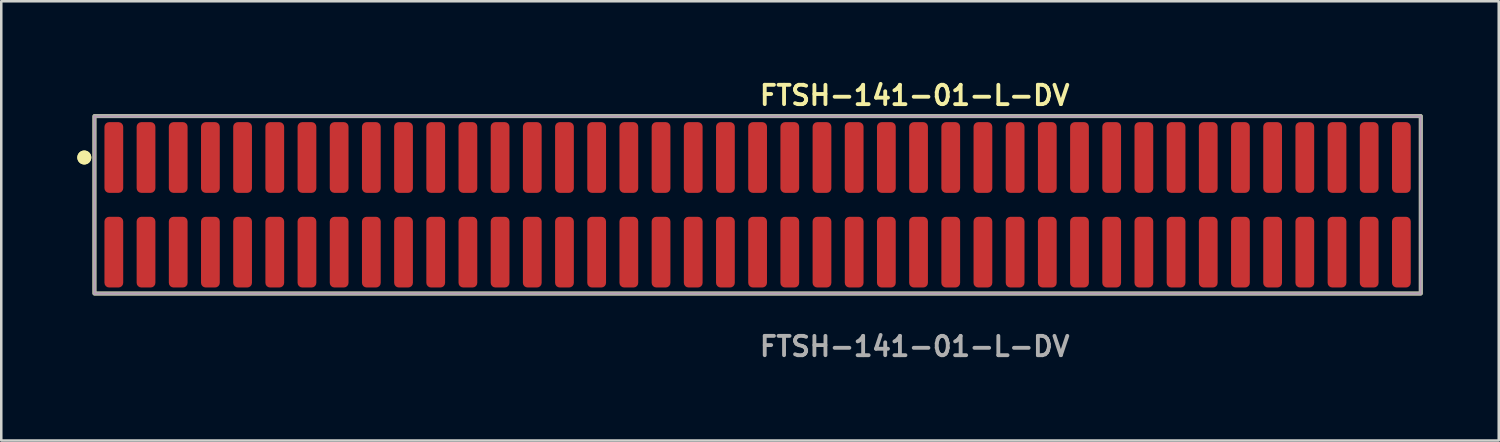
<source format=kicad_pcb>
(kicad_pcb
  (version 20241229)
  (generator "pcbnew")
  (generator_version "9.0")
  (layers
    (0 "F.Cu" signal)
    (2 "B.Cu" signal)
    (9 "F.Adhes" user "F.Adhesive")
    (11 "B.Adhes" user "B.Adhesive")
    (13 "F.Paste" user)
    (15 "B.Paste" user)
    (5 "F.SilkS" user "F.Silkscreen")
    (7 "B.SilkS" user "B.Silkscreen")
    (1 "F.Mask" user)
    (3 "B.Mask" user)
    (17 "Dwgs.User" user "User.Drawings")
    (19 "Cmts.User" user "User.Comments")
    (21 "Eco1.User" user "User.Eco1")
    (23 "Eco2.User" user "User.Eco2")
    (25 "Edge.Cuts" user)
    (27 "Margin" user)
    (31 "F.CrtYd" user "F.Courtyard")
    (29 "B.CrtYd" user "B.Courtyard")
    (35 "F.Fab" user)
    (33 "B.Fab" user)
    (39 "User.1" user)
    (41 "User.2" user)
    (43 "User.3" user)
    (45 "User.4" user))
  (footprint "FTSH-141-01-L-DV"
    (layer "F.Cu")
    (at 26.841 5.031)
    (property "Reference" "FTSH-141-01-L-DV" (at 0 -4.318 0) (unlocked yes) (layer "F.SilkS") (effects (font (size 0.762 0.762) (thickness 0.152)) (justify left)))
    (fp_rect (start -26.165 3.5) (end 26.165 -3.5) (stroke (width 0.152) (type solid)) (fill no) (layer "F.SilkS"))
    (fp_circle (center -26.565 -1.867) (end -26.765 -1.867) (stroke (width 0.152) (type solid)) (fill yes) (layer "F.SilkS"))
    (fp_circle (center -26.565 -1.867) (end -26.765 -1.867) (stroke (width 0.152) (type solid)) (fill yes) (layer "F.SilkS"))
    (fp_rect (start -26.165 3.5) (end 26.165 -3.5) (stroke (width 0.006) (type solid)) (fill no) (layer "F.CrtYd"))
    (fp_rect (start -26.165 3.5) (end 26.165 -3.5) (stroke (width 0.152) (type solid)) (fill no) (layer "F.Fab"))
    (fp_text user "${REFERENCE}" (at 0 5.588 0) (unlocked yes) (layer "F.Fab") (effects (font (size 0.762 0.762) (thickness 0.152)) (justify left)))
    (pad "1" smd roundrect (at -25.4 -1.867) (size 0.74 2.79) (layers "F.Cu" "F.Paste") (roundrect_rratio 0.25))
    (pad "2" smd roundrect (at -25.4 1.867) (size 0.74 2.79) (layers "F.Cu" "F.Paste") (roundrect_rratio 0.25))
    (pad "3" smd roundrect (at -24.13 -1.867) (size 0.74 2.79) (layers "F.Cu" "F.Paste") (roundrect_rratio 0.25))
    (pad "4" smd roundrect (at -24.13 1.867) (size 0.74 2.79) (layers "F.Cu" "F.Paste") (roundrect_rratio 0.25))
    (pad "5" smd roundrect (at -22.86 -1.867) (size 0.74 2.79) (layers "F.Cu" "F.Paste") (roundrect_rratio 0.25))
    (pad "6" smd roundrect (at -22.86 1.867) (size 0.74 2.79) (layers "F.Cu" "F.Paste") (roundrect_rratio 0.25))
    (pad "7" smd roundrect (at -21.59 -1.867) (size 0.74 2.79) (layers "F.Cu" "F.Paste") (roundrect_rratio 0.25))
    (pad "8" smd roundrect (at -21.59 1.867) (size 0.74 2.79) (layers "F.Cu" "F.Paste") (roundrect_rratio 0.25))
    (pad "9" smd roundrect (at -20.32 -1.867) (size 0.74 2.79) (layers "F.Cu" "F.Paste") (roundrect_rratio 0.25))
    (pad "10" smd roundrect (at -20.32 1.867) (size 0.74 2.79) (layers "F.Cu" "F.Paste") (roundrect_rratio 0.25))
    (pad "11" smd roundrect (at -19.05 -1.867) (size 0.74 2.79) (layers "F.Cu" "F.Paste") (roundrect_rratio 0.25))
    (pad "12" smd roundrect (at -19.05 1.867) (size 0.74 2.79) (layers "F.Cu" "F.Paste") (roundrect_rratio 0.25))
    (pad "13" smd roundrect (at -17.78 -1.867) (size 0.74 2.79) (layers "F.Cu" "F.Paste") (roundrect_rratio 0.25))
    (pad "14" smd roundrect (at -17.78 1.867) (size 0.74 2.79) (layers "F.Cu" "F.Paste") (roundrect_rratio 0.25))
    (pad "15" smd roundrect (at -16.51 -1.867) (size 0.74 2.79) (layers "F.Cu" "F.Paste") (roundrect_rratio 0.25))
    (pad "16" smd roundrect (at -16.51 1.867) (size 0.74 2.79) (layers "F.Cu" "F.Paste") (roundrect_rratio 0.25))
    (pad "17" smd roundrect (at -15.24 -1.867) (size 0.74 2.79) (layers "F.Cu" "F.Paste") (roundrect_rratio 0.25))
    (pad "18" smd roundrect (at -15.24 1.867) (size 0.74 2.79) (layers "F.Cu" "F.Paste") (roundrect_rratio 0.25))
    (pad "19" smd roundrect (at -13.97 -1.867) (size 0.74 2.79) (layers "F.Cu" "F.Paste") (roundrect_rratio 0.25))
    (pad "20" smd roundrect (at -13.97 1.867) (size 0.74 2.79) (layers "F.Cu" "F.Paste") (roundrect_rratio 0.25))
    (pad "21" smd roundrect (at -12.7 -1.867) (size 0.74 2.79) (layers "F.Cu" "F.Paste") (roundrect_rratio 0.25))
    (pad "22" smd roundrect (at -12.7 1.867) (size 0.74 2.79) (layers "F.Cu" "F.Paste") (roundrect_rratio 0.25))
    (pad "23" smd roundrect (at -11.43 -1.867) (size 0.74 2.79) (layers "F.Cu" "F.Paste") (roundrect_rratio 0.25))
    (pad "24" smd roundrect (at -11.43 1.867) (size 0.74 2.79) (layers "F.Cu" "F.Paste") (roundrect_rratio 0.25))
    (pad "25" smd roundrect (at -10.16 -1.867) (size 0.74 2.79) (layers "F.Cu" "F.Paste") (roundrect_rratio 0.25))
    (pad "26" smd roundrect (at -10.16 1.867) (size 0.74 2.79) (layers "F.Cu" "F.Paste") (roundrect_rratio 0.25))
    (pad "27" smd roundrect (at -8.89 -1.867) (size 0.74 2.79) (layers "F.Cu" "F.Paste") (roundrect_rratio 0.25))
    (pad "28" smd roundrect (at -8.89 1.867) (size 0.74 2.79) (layers "F.Cu" "F.Paste") (roundrect_rratio 0.25))
    (pad "29" smd roundrect (at -7.62 -1.867) (size 0.74 2.79) (layers "F.Cu" "F.Paste") (roundrect_rratio 0.25))
    (pad "30" smd roundrect (at -7.62 1.867) (size 0.74 2.79) (layers "F.Cu" "F.Paste") (roundrect_rratio 0.25))
    (pad "31" smd roundrect (at -6.35 -1.867) (size 0.74 2.79) (layers "F.Cu" "F.Paste") (roundrect_rratio 0.25))
    (pad "32" smd roundrect (at -6.35 1.867) (size 0.74 2.79) (layers "F.Cu" "F.Paste") (roundrect_rratio 0.25))
    (pad "33" smd roundrect (at -5.08 -1.867) (size 0.74 2.79) (layers "F.Cu" "F.Paste") (roundrect_rratio 0.25))
    (pad "34" smd roundrect (at -5.08 1.867) (size 0.74 2.79) (layers "F.Cu" "F.Paste") (roundrect_rratio 0.25))
    (pad "35" smd roundrect (at -3.81 -1.867) (size 0.74 2.79) (layers "F.Cu" "F.Paste") (roundrect_rratio 0.25))
    (pad "36" smd roundrect (at -3.81 1.867) (size 0.74 2.79) (layers "F.Cu" "F.Paste") (roundrect_rratio 0.25))
    (pad "37" smd roundrect (at -2.54 -1.867) (size 0.74 2.79) (layers "F.Cu" "F.Paste") (roundrect_rratio 0.25))
    (pad "38" smd roundrect (at -2.54 1.867) (size 0.74 2.79) (layers "F.Cu" "F.Paste") (roundrect_rratio 0.25))
    (pad "39" smd roundrect (at -1.27 -1.867) (size 0.74 2.79) (layers "F.Cu" "F.Paste") (roundrect_rratio 0.25))
    (pad "40" smd roundrect (at -1.27 1.867) (size 0.74 2.79) (layers "F.Cu" "F.Paste") (roundrect_rratio 0.25))
    (pad "41" smd roundrect (at 0 -1.867) (size 0.74 2.79) (layers "F.Cu" "F.Paste") (roundrect_rratio 0.25))
    (pad "42" smd roundrect (at 0 1.867) (size 0.74 2.79) (layers "F.Cu" "F.Paste") (roundrect_rratio 0.25))
    (pad "43" smd roundrect (at 1.27 -1.867) (size 0.74 2.79) (layers "F.Cu" "F.Paste") (roundrect_rratio 0.25))
    (pad "44" smd roundrect (at 1.27 1.867) (size 0.74 2.79) (layers "F.Cu" "F.Paste") (roundrect_rratio 0.25))
    (pad "45" smd roundrect (at 2.54 -1.867) (size 0.74 2.79) (layers "F.Cu" "F.Paste") (roundrect_rratio 0.25))
    (pad "46" smd roundrect (at 2.54 1.867) (size 0.74 2.79) (layers "F.Cu" "F.Paste") (roundrect_rratio 0.25))
    (pad "47" smd roundrect (at 3.81 -1.867) (size 0.74 2.79) (layers "F.Cu" "F.Paste") (roundrect_rratio 0.25))
    (pad "48" smd roundrect (at 3.81 1.867) (size 0.74 2.79) (layers "F.Cu" "F.Paste") (roundrect_rratio 0.25))
    (pad "49" smd roundrect (at 5.08 -1.867) (size 0.74 2.79) (layers "F.Cu" "F.Paste") (roundrect_rratio 0.25))
    (pad "50" smd roundrect (at 5.08 1.867) (size 0.74 2.79) (layers "F.Cu" "F.Paste") (roundrect_rratio 0.25))
    (pad "51" smd roundrect (at 6.35 -1.867) (size 0.74 2.79) (layers "F.Cu" "F.Paste") (roundrect_rratio 0.25))
    (pad "52" smd roundrect (at 6.35 1.867) (size 0.74 2.79) (layers "F.Cu" "F.Paste") (roundrect_rratio 0.25))
    (pad "53" smd roundrect (at 7.62 -1.867) (size 0.74 2.79) (layers "F.Cu" "F.Paste") (roundrect_rratio 0.25))
    (pad "54" smd roundrect (at 7.62 1.867) (size 0.74 2.79) (layers "F.Cu" "F.Paste") (roundrect_rratio 0.25))
    (pad "55" smd roundrect (at 8.89 -1.867) (size 0.74 2.79) (layers "F.Cu" "F.Paste") (roundrect_rratio 0.25))
    (pad "56" smd roundrect (at 8.89 1.867) (size 0.74 2.79) (layers "F.Cu" "F.Paste") (roundrect_rratio 0.25))
    (pad "57" smd roundrect (at 10.16 -1.867) (size 0.74 2.79) (layers "F.Cu" "F.Paste") (roundrect_rratio 0.25))
    (pad "58" smd roundrect (at 10.16 1.867) (size 0.74 2.79) (layers "F.Cu" "F.Paste") (roundrect_rratio 0.25))
    (pad "59" smd roundrect (at 11.43 -1.867) (size 0.74 2.79) (layers "F.Cu" "F.Paste") (roundrect_rratio 0.25))
    (pad "60" smd roundrect (at 11.43 1.867) (size 0.74 2.79) (layers "F.Cu" "F.Paste") (roundrect_rratio 0.25))
    (pad "61" smd roundrect (at 12.7 -1.867) (size 0.74 2.79) (layers "F.Cu" "F.Paste") (roundrect_rratio 0.25))
    (pad "62" smd roundrect (at 12.7 1.867) (size 0.74 2.79) (layers "F.Cu" "F.Paste") (roundrect_rratio 0.25))
    (pad "63" smd roundrect (at 13.97 -1.867) (size 0.74 2.79) (layers "F.Cu" "F.Paste") (roundrect_rratio 0.25))
    (pad "64" smd roundrect (at 13.97 1.867) (size 0.74 2.79) (layers "F.Cu" "F.Paste") (roundrect_rratio 0.25))
    (pad "65" smd roundrect (at 15.24 -1.867) (size 0.74 2.79) (layers "F.Cu" "F.Paste") (roundrect_rratio 0.25))
    (pad "66" smd roundrect (at 15.24 1.867) (size 0.74 2.79) (layers "F.Cu" "F.Paste") (roundrect_rratio 0.25))
    (pad "67" smd roundrect (at 16.51 -1.867) (size 0.74 2.79) (layers "F.Cu" "F.Paste") (roundrect_rratio 0.25))
    (pad "68" smd roundrect (at 16.51 1.867) (size 0.74 2.79) (layers "F.Cu" "F.Paste") (roundrect_rratio 0.25))
    (pad "69" smd roundrect (at 17.78 -1.867) (size 0.74 2.79) (layers "F.Cu" "F.Paste") (roundrect_rratio 0.25))
    (pad "70" smd roundrect (at 17.78 1.867) (size 0.74 2.79) (layers "F.Cu" "F.Paste") (roundrect_rratio 0.25))
    (pad "71" smd roundrect (at 19.05 -1.867) (size 0.74 2.79) (layers "F.Cu" "F.Paste") (roundrect_rratio 0.25))
    (pad "72" smd roundrect (at 19.05 1.867) (size 0.74 2.79) (layers "F.Cu" "F.Paste") (roundrect_rratio 0.25))
    (pad "73" smd roundrect (at 20.32 -1.867) (size 0.74 2.79) (layers "F.Cu" "F.Paste") (roundrect_rratio 0.25))
    (pad "74" smd roundrect (at 20.32 1.867) (size 0.74 2.79) (layers "F.Cu" "F.Paste") (roundrect_rratio 0.25))
    (pad "75" smd roundrect (at 21.59 -1.867) (size 0.74 2.79) (layers "F.Cu" "F.Paste") (roundrect_rratio 0.25))
    (pad "76" smd roundrect (at 21.59 1.867) (size 0.74 2.79) (layers "F.Cu" "F.Paste") (roundrect_rratio 0.25))
    (pad "77" smd roundrect (at 22.86 -1.867) (size 0.74 2.79) (layers "F.Cu" "F.Paste") (roundrect_rratio 0.25))
    (pad "78" smd roundrect (at 22.86 1.867) (size 0.74 2.79) (layers "F.Cu" "F.Paste") (roundrect_rratio 0.25))
    (pad "79" smd roundrect (at 24.13 -1.867) (size 0.74 2.79) (layers "F.Cu" "F.Paste") (roundrect_rratio 0.25))
    (pad "80" smd roundrect (at 24.13 1.867) (size 0.74 2.79) (layers "F.Cu" "F.Paste") (roundrect_rratio 0.25))
    (pad "81" smd roundrect (at 25.4 -1.867) (size 0.74 2.79) (layers "F.Cu" "F.Paste") (roundrect_rratio 0.25))
    (pad "82" smd roundrect (at 25.4 1.867) (size 0.74 2.79) (layers "F.Cu" "F.Paste") (roundrect_rratio 0.25)))
  (gr_rect
    (start -3 -3)
    (end 56.082 14.332)
    (stroke (width 0.1) (type default))
    (fill no)
    (layer "Edge.Cuts")))
</source>
